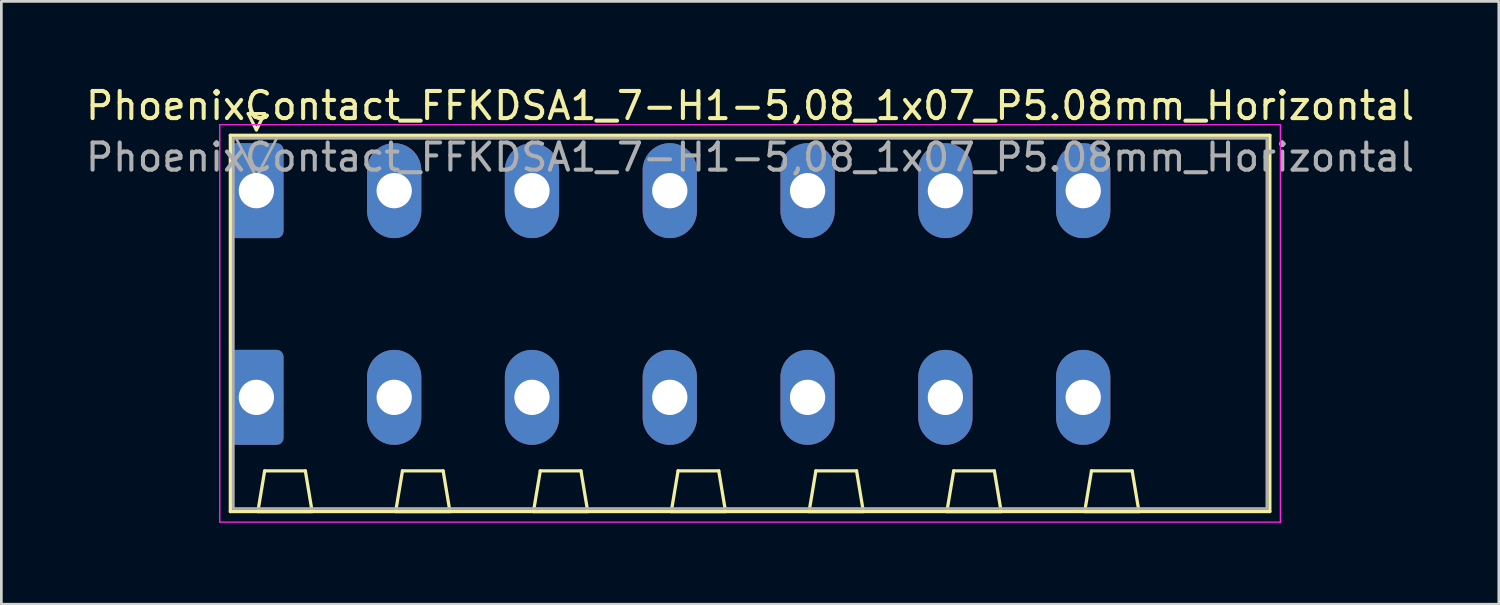
<source format=kicad_pcb>
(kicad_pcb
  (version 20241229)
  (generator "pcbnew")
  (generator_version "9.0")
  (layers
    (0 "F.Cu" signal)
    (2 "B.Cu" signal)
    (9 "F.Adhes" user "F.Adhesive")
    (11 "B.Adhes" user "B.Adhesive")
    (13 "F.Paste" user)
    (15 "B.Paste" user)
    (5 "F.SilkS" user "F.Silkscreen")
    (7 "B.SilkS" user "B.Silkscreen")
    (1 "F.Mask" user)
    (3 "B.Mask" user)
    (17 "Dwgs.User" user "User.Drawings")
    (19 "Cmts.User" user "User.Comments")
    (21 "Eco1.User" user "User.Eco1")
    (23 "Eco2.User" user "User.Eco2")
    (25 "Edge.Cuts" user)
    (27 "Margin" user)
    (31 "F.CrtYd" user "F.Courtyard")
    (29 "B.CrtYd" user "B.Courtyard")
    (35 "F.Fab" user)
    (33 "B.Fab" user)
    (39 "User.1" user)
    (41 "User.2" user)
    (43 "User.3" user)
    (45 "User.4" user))
  (footprint "PhoenixContact_FFKDSA1_7-H1-5,08_1x07_P5.08mm_Horizontal"
    (layer "F.Cu")
    (at 6.401 3.978)
    (property "Reference" "PhoenixContact_FFKDSA1_7-H1-5,08_1x07_P5.08mm_Horizontal" (at 18.2 -3.13 0) (layer "F.SilkS") (effects (font (size 1 1) (thickness 0.15))))
    (attr through_hole)
    (fp_line (start -0.96 -2.04) (end -0.96 11.83) (stroke (width 0.12) (type solid)) (layer "F.SilkS"))
    (fp_line (start -0.96 11.83) (end 37.36 11.83) (stroke (width 0.12) (type solid)) (layer "F.SilkS"))
    (fp_line (start -0.3 -2.84) (end 0.3 -2.84) (stroke (width 0.12) (type solid)) (layer "F.SilkS"))
    (fp_line (start 0 -2.24) (end -0.3 -2.84) (stroke (width 0.12) (type solid)) (layer "F.SilkS"))
    (fp_line (start 0.055 11.83) (end 2.055 11.83) (stroke (width 0.12) (type solid)) (layer "F.SilkS"))
    (fp_line (start 0.3 -2.84) (end 0 -2.24) (stroke (width 0.12) (type solid)) (layer "F.SilkS"))
    (fp_line (start 0.305 10.33) (end 0.055 11.83) (stroke (width 0.12) (type solid)) (layer "F.SilkS"))
    (fp_line (start 1.805 10.33) (end 0.305 10.33) (stroke (width 0.12) (type solid)) (layer "F.SilkS"))
    (fp_line (start 2.055 11.83) (end 1.805 10.33) (stroke (width 0.12) (type solid)) (layer "F.SilkS"))
    (fp_line (start 5.135 11.83) (end 7.135 11.83) (stroke (width 0.12) (type solid)) (layer "F.SilkS"))
    (fp_line (start 5.385 10.33) (end 5.135 11.83) (stroke (width 0.12) (type solid)) (layer "F.SilkS"))
    (fp_line (start 6.885 10.33) (end 5.385 10.33) (stroke (width 0.12) (type solid)) (layer "F.SilkS"))
    (fp_line (start 7.135 11.83) (end 6.885 10.33) (stroke (width 0.12) (type solid)) (layer "F.SilkS"))
    (fp_line (start 10.215 11.83) (end 12.215 11.83) (stroke (width 0.12) (type solid)) (layer "F.SilkS"))
    (fp_line (start 10.465 10.33) (end 10.215 11.83) (stroke (width 0.12) (type solid)) (layer "F.SilkS"))
    (fp_line (start 11.965 10.33) (end 10.465 10.33) (stroke (width 0.12) (type solid)) (layer "F.SilkS"))
    (fp_line (start 12.215 11.83) (end 11.965 10.33) (stroke (width 0.12) (type solid)) (layer "F.SilkS"))
    (fp_line (start 15.295 11.83) (end 17.295 11.83) (stroke (width 0.12) (type solid)) (layer "F.SilkS"))
    (fp_line (start 15.545 10.33) (end 15.295 11.83) (stroke (width 0.12) (type solid)) (layer "F.SilkS"))
    (fp_line (start 17.045 10.33) (end 15.545 10.33) (stroke (width 0.12) (type solid)) (layer "F.SilkS"))
    (fp_line (start 17.295 11.83) (end 17.045 10.33) (stroke (width 0.12) (type solid)) (layer "F.SilkS"))
    (fp_line (start 20.375 11.83) (end 22.375 11.83) (stroke (width 0.12) (type solid)) (layer "F.SilkS"))
    (fp_line (start 20.625 10.33) (end 20.375 11.83) (stroke (width 0.12) (type solid)) (layer "F.SilkS"))
    (fp_line (start 22.125 10.33) (end 20.625 10.33) (stroke (width 0.12) (type solid)) (layer "F.SilkS"))
    (fp_line (start 22.375 11.83) (end 22.125 10.33) (stroke (width 0.12) (type solid)) (layer "F.SilkS"))
    (fp_line (start 25.455 11.83) (end 27.455 11.83) (stroke (width 0.12) (type solid)) (layer "F.SilkS"))
    (fp_line (start 25.705 10.33) (end 25.455 11.83) (stroke (width 0.12) (type solid)) (layer "F.SilkS"))
    (fp_line (start 27.205 10.33) (end 25.705 10.33) (stroke (width 0.12) (type solid)) (layer "F.SilkS"))
    (fp_line (start 27.455 11.83) (end 27.205 10.33) (stroke (width 0.12) (type solid)) (layer "F.SilkS"))
    (fp_line (start 30.535 11.83) (end 32.535 11.83) (stroke (width 0.12) (type solid)) (layer "F.SilkS"))
    (fp_line (start 30.785 10.33) (end 30.535 11.83) (stroke (width 0.12) (type solid)) (layer "F.SilkS"))
    (fp_line (start 32.285 10.33) (end 30.785 10.33) (stroke (width 0.12) (type solid)) (layer "F.SilkS"))
    (fp_line (start 32.535 11.83) (end 32.285 10.33) (stroke (width 0.12) (type solid)) (layer "F.SilkS"))
    (fp_line (start 37.36 -2.04) (end -0.96 -2.04) (stroke (width 0.12) (type solid)) (layer "F.SilkS"))
    (fp_line (start 37.36 11.83) (end 37.36 -2.04) (stroke (width 0.12) (type solid)) (layer "F.SilkS"))
    (fp_line (start -1.35 -2.43) (end -1.35 12.22) (stroke (width 0.05) (type solid)) (layer "F.CrtYd"))
    (fp_line (start -1.35 12.22) (end 37.75 12.22) (stroke (width 0.05) (type solid)) (layer "F.CrtYd"))
    (fp_line (start 37.75 -2.43) (end -1.35 -2.43) (stroke (width 0.05) (type solid)) (layer "F.CrtYd"))
    (fp_line (start 37.75 12.22) (end 37.75 -2.43) (stroke (width 0.05) (type solid)) (layer "F.CrtYd"))
    (fp_line (start -0.85 -1.93) (end -0.85 11.72) (stroke (width 0.1) (type solid)) (layer "F.Fab"))
    (fp_line (start -0.85 11.72) (end 37.25 11.72) (stroke (width 0.1) (type solid)) (layer "F.Fab"))
    (fp_line (start 0 -0.5) (end -0.75 -1.93) (stroke (width 0.1) (type solid)) (layer "F.Fab"))
    (fp_line (start 0.75 -1.93) (end 0 -0.5) (stroke (width 0.1) (type solid)) (layer "F.Fab"))
    (fp_line (start 37.25 -1.93) (end -0.85 -1.93) (stroke (width 0.1) (type solid)) (layer "F.Fab"))
    (fp_line (start 37.25 11.72) (end 37.25 -1.93) (stroke (width 0.1) (type solid)) (layer "F.Fab"))
    (fp_text user "${REFERENCE}" (at 18.2 -1.23 0) (layer "F.Fab") (effects (font (size 1 1) (thickness 0.15))))
    (pad "1" thru_hole roundrect (at 0 0) (size 2 3.5) (drill 1.3) (layers "*.Cu" "*.Mask") (roundrect_rratio 0.125))
    (pad "1" thru_hole roundrect (at 0 7.62) (size 2 3.5) (drill 1.3) (layers "*.Cu" "*.Mask") (roundrect_rratio 0.125))
    (pad "2" thru_hole oval (at 5.08 0) (size 2 3.5) (drill 1.3) (layers "*.Cu" "*.Mask"))
    (pad "2" thru_hole oval (at 5.08 7.62) (size 2 3.5) (drill 1.3) (layers "*.Cu" "*.Mask"))
    (pad "3" thru_hole oval (at 10.16 0) (size 2 3.5) (drill 1.3) (layers "*.Cu" "*.Mask"))
    (pad "3" thru_hole oval (at 10.16 7.62) (size 2 3.5) (drill 1.3) (layers "*.Cu" "*.Mask"))
    (pad "4" thru_hole oval (at 15.24 0) (size 2 3.5) (drill 1.3) (layers "*.Cu" "*.Mask"))
    (pad "4" thru_hole oval (at 15.24 7.62) (size 2 3.5) (drill 1.3) (layers "*.Cu" "*.Mask"))
    (pad "5" thru_hole oval (at 20.32 0) (size 2 3.5) (drill 1.3) (layers "*.Cu" "*.Mask"))
    (pad "5" thru_hole oval (at 20.32 7.62) (size 2 3.5) (drill 1.3) (layers "*.Cu" "*.Mask"))
    (pad "6" thru_hole oval (at 25.4 0) (size 2 3.5) (drill 1.3) (layers "*.Cu" "*.Mask"))
    (pad "6" thru_hole oval (at 25.4 7.62) (size 2 3.5) (drill 1.3) (layers "*.Cu" "*.Mask"))
    (pad "7" thru_hole oval (at 30.48 0) (size 2 3.5) (drill 1.3) (layers "*.Cu" "*.Mask"))
    (pad "7" thru_hole oval (at 30.48 7.62) (size 2 3.5) (drill 1.3) (layers "*.Cu" "*.Mask")))
  (gr_rect
    (start -3 -3)
    (end 52.202 19.223)
    (stroke (width 0.1) (type default))
    (fill no)
    (layer "Edge.Cuts")))
</source>
